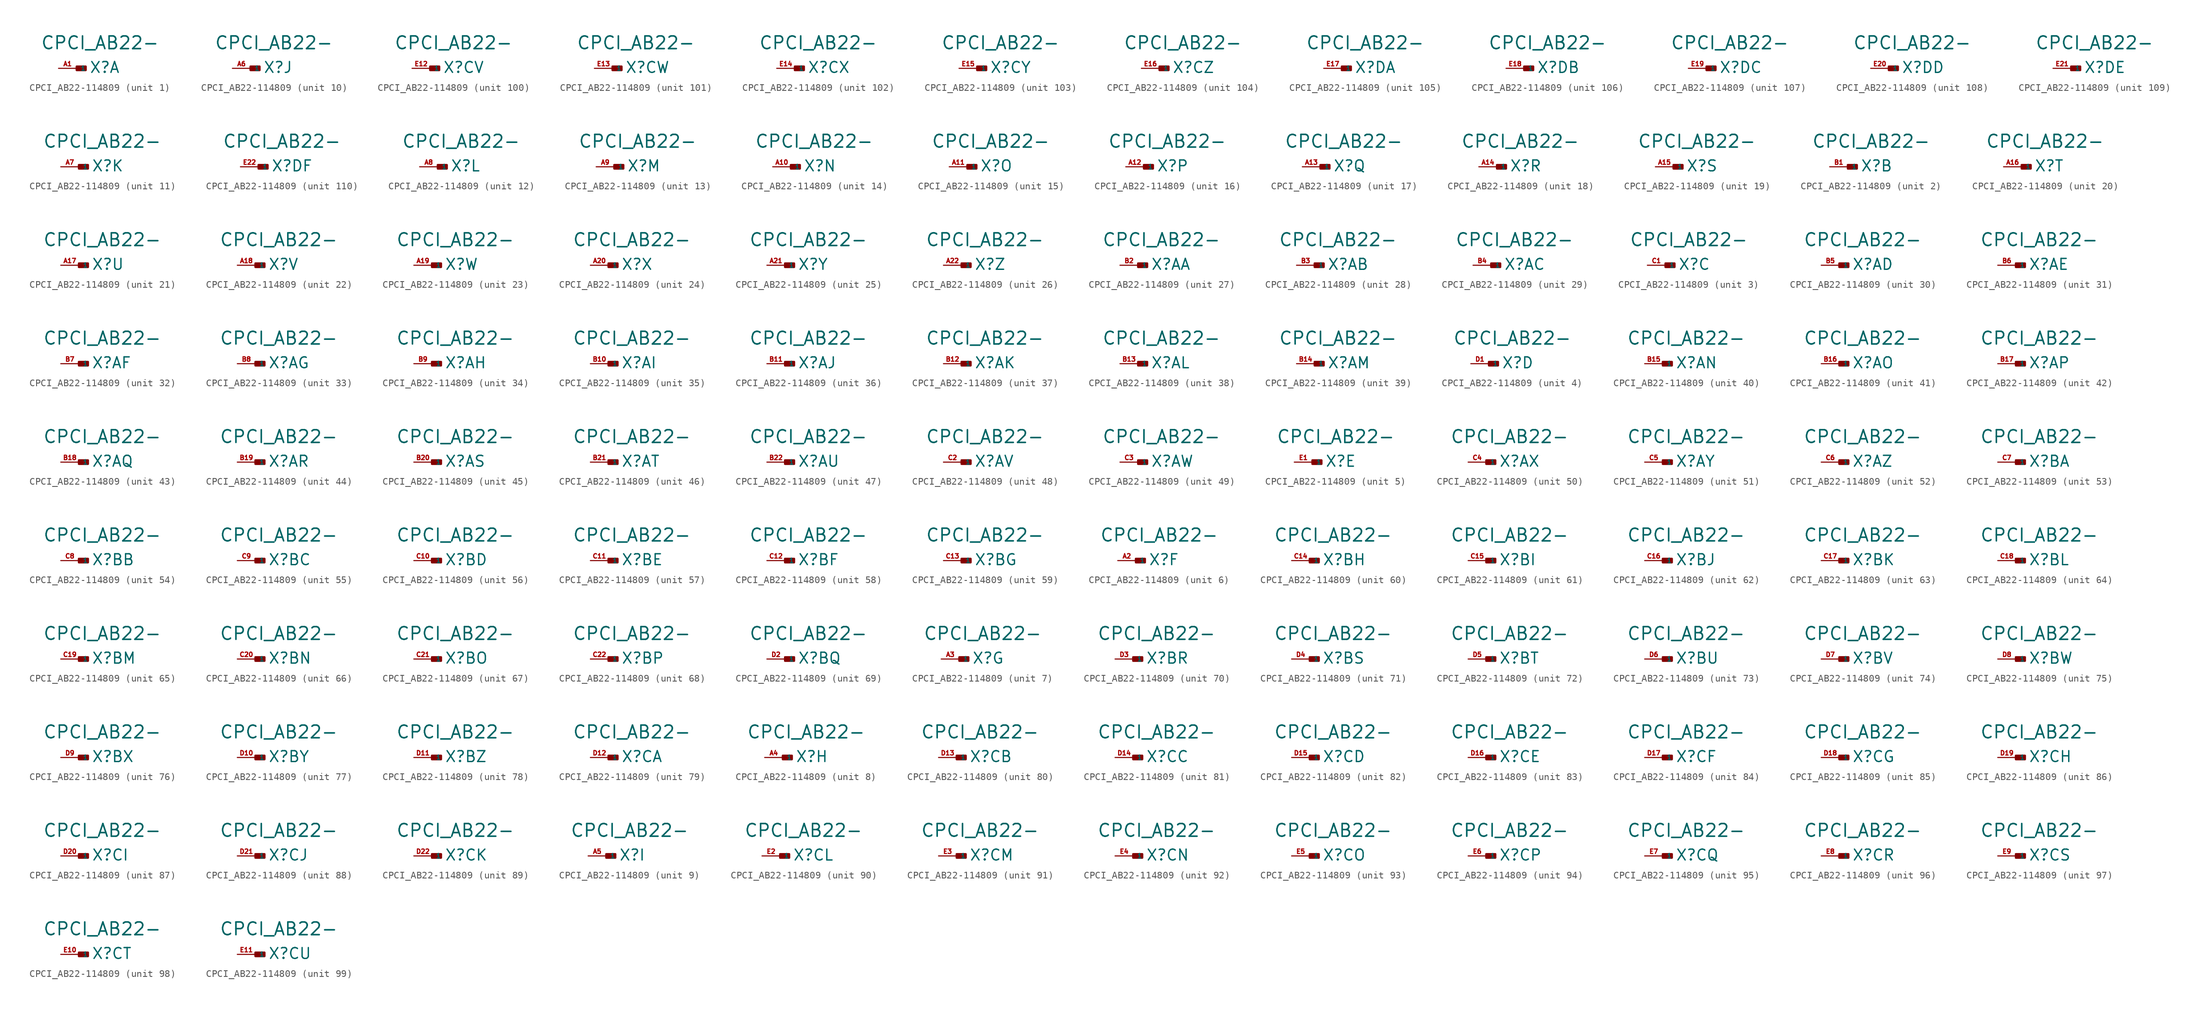
<source format=kicad_sym>
(kicad_symbol_lib
  (version 20220914)
  (generator Eagle2Kicad)
  (symbol "CPCI_AB22-114809"
    (property "Reference" "X"
      (at 1.778 -0.762 0)
      (effects (font (size 1.524 1.524) (thickness 0.19)) (justify left bottom)))
    (property "Value" "CPCI_AB22-"
      (at -5.08 2.54 0)
      (effects (font (size 1.778 1.778) (thickness 0.22)) (justify left bottom)))
    (symbol "CPCI_AB22-114809_1_0"
      (rectangle (start 0 -0.254) (end 1.27 0.254) (stroke (width 0.3) (type default)) (fill (type outline)))
      (pin input line (at -2.54 0 0) (length 2.54) (name "1" (effects (font (size 0.635 0.635) (thickness 0.08)) (justify left bottom))) (number "A1" (effects (font (size 0.635 0.635) (thickness 0.08)) (justify left bottom)))))
    (symbol "CPCI_AB22-114809_2_0"
      (rectangle (start 0 -0.254) (end 1.27 0.254) (stroke (width 0.3) (type default)) (fill (type outline)))
      (pin input line (at -2.54 0 0) (length 2.54) (name "1" (effects (font (size 0.635 0.635) (thickness 0.08)) (justify left bottom))) (number "B1" (effects (font (size 0.635 0.635) (thickness 0.08)) (justify left bottom)))))
    (symbol "CPCI_AB22-114809_3_0"
      (rectangle (start 0 -0.254) (end 1.27 0.254) (stroke (width 0.3) (type default)) (fill (type outline)))
      (pin input line (at -2.54 0 0) (length 2.54) (name "1" (effects (font (size 0.635 0.635) (thickness 0.08)) (justify left bottom))) (number "C1" (effects (font (size 0.635 0.635) (thickness 0.08)) (justify left bottom)))))
    (symbol "CPCI_AB22-114809_4_0"
      (rectangle (start 0 -0.254) (end 1.27 0.254) (stroke (width 0.3) (type default)) (fill (type outline)))
      (pin input line (at -2.54 0 0) (length 2.54) (name "1" (effects (font (size 0.635 0.635) (thickness 0.08)) (justify left bottom))) (number "D1" (effects (font (size 0.635 0.635) (thickness 0.08)) (justify left bottom)))))
    (symbol "CPCI_AB22-114809_5_0"
      (rectangle (start 0 -0.254) (end 1.27 0.254) (stroke (width 0.3) (type default)) (fill (type outline)))
      (pin input line (at -2.54 0 0) (length 2.54) (name "1" (effects (font (size 0.635 0.635) (thickness 0.08)) (justify left bottom))) (number "E1" (effects (font (size 0.635 0.635) (thickness 0.08)) (justify left bottom)))))
    (symbol "CPCI_AB22-114809_6_0"
      (rectangle (start 0 -0.254) (end 1.27 0.254) (stroke (width 0.3) (type default)) (fill (type outline)))
      (pin input line (at -2.54 0 0) (length 2.54) (name "1" (effects (font (size 0.635 0.635) (thickness 0.08)) (justify left bottom))) (number "A2" (effects (font (size 0.635 0.635) (thickness 0.08)) (justify left bottom)))))
    (symbol "CPCI_AB22-114809_7_0"
      (rectangle (start 0 -0.254) (end 1.27 0.254) (stroke (width 0.3) (type default)) (fill (type outline)))
      (pin input line (at -2.54 0 0) (length 2.54) (name "1" (effects (font (size 0.635 0.635) (thickness 0.08)) (justify left bottom))) (number "A3" (effects (font (size 0.635 0.635) (thickness 0.08)) (justify left bottom)))))
    (symbol "CPCI_AB22-114809_8_0"
      (rectangle (start 0 -0.254) (end 1.27 0.254) (stroke (width 0.3) (type default)) (fill (type outline)))
      (pin input line (at -2.54 0 0) (length 2.54) (name "1" (effects (font (size 0.635 0.635) (thickness 0.08)) (justify left bottom))) (number "A4" (effects (font (size 0.635 0.635) (thickness 0.08)) (justify left bottom)))))
    (symbol "CPCI_AB22-114809_9_0"
      (rectangle (start 0 -0.254) (end 1.27 0.254) (stroke (width 0.3) (type default)) (fill (type outline)))
      (pin input line (at -2.54 0 0) (length 2.54) (name "1" (effects (font (size 0.635 0.635) (thickness 0.08)) (justify left bottom))) (number "A5" (effects (font (size 0.635 0.635) (thickness 0.08)) (justify left bottom)))))
    (symbol "CPCI_AB22-114809_10_0"
      (rectangle (start 0 -0.254) (end 1.27 0.254) (stroke (width 0.3) (type default)) (fill (type outline)))
      (pin input line (at -2.54 0 0) (length 2.54) (name "1" (effects (font (size 0.635 0.635) (thickness 0.08)) (justify left bottom))) (number "A6" (effects (font (size 0.635 0.635) (thickness 0.08)) (justify left bottom)))))
    (symbol "CPCI_AB22-114809_11_0"
      (rectangle (start 0 -0.254) (end 1.27 0.254) (stroke (width 0.3) (type default)) (fill (type outline)))
      (pin input line (at -2.54 0 0) (length 2.54) (name "1" (effects (font (size 0.635 0.635) (thickness 0.08)) (justify left bottom))) (number "A7" (effects (font (size 0.635 0.635) (thickness 0.08)) (justify left bottom)))))
    (symbol "CPCI_AB22-114809_12_0"
      (rectangle (start 0 -0.254) (end 1.27 0.254) (stroke (width 0.3) (type default)) (fill (type outline)))
      (pin input line (at -2.54 0 0) (length 2.54) (name "1" (effects (font (size 0.635 0.635) (thickness 0.08)) (justify left bottom))) (number "A8" (effects (font (size 0.635 0.635) (thickness 0.08)) (justify left bottom)))))
    (symbol "CPCI_AB22-114809_13_0"
      (rectangle (start 0 -0.254) (end 1.27 0.254) (stroke (width 0.3) (type default)) (fill (type outline)))
      (pin input line (at -2.54 0 0) (length 2.54) (name "1" (effects (font (size 0.635 0.635) (thickness 0.08)) (justify left bottom))) (number "A9" (effects (font (size 0.635 0.635) (thickness 0.08)) (justify left bottom)))))
    (symbol "CPCI_AB22-114809_14_0"
      (rectangle (start 0 -0.254) (end 1.27 0.254) (stroke (width 0.3) (type default)) (fill (type outline)))
      (pin input line (at -2.54 0 0) (length 2.54) (name "1" (effects (font (size 0.635 0.635) (thickness 0.08)) (justify left bottom))) (number "A10" (effects (font (size 0.635 0.635) (thickness 0.08)) (justify left bottom)))))
    (symbol "CPCI_AB22-114809_15_0"
      (rectangle (start 0 -0.254) (end 1.27 0.254) (stroke (width 0.3) (type default)) (fill (type outline)))
      (pin input line (at -2.54 0 0) (length 2.54) (name "1" (effects (font (size 0.635 0.635) (thickness 0.08)) (justify left bottom))) (number "A11" (effects (font (size 0.635 0.635) (thickness 0.08)) (justify left bottom)))))
    (symbol "CPCI_AB22-114809_16_0"
      (rectangle (start 0 -0.254) (end 1.27 0.254) (stroke (width 0.3) (type default)) (fill (type outline)))
      (pin input line (at -2.54 0 0) (length 2.54) (name "1" (effects (font (size 0.635 0.635) (thickness 0.08)) (justify left bottom))) (number "A12" (effects (font (size 0.635 0.635) (thickness 0.08)) (justify left bottom)))))
    (symbol "CPCI_AB22-114809_17_0"
      (rectangle (start 0 -0.254) (end 1.27 0.254) (stroke (width 0.3) (type default)) (fill (type outline)))
      (pin input line (at -2.54 0 0) (length 2.54) (name "1" (effects (font (size 0.635 0.635) (thickness 0.08)) (justify left bottom))) (number "A13" (effects (font (size 0.635 0.635) (thickness 0.08)) (justify left bottom)))))
    (symbol "CPCI_AB22-114809_18_0"
      (rectangle (start 0 -0.254) (end 1.27 0.254) (stroke (width 0.3) (type default)) (fill (type outline)))
      (pin input line (at -2.54 0 0) (length 2.54) (name "1" (effects (font (size 0.635 0.635) (thickness 0.08)) (justify left bottom))) (number "A14" (effects (font (size 0.635 0.635) (thickness 0.08)) (justify left bottom)))))
    (symbol "CPCI_AB22-114809_19_0"
      (rectangle (start 0 -0.254) (end 1.27 0.254) (stroke (width 0.3) (type default)) (fill (type outline)))
      (pin input line (at -2.54 0 0) (length 2.54) (name "1" (effects (font (size 0.635 0.635) (thickness 0.08)) (justify left bottom))) (number "A15" (effects (font (size 0.635 0.635) (thickness 0.08)) (justify left bottom)))))
    (symbol "CPCI_AB22-114809_20_0"
      (rectangle (start 0 -0.254) (end 1.27 0.254) (stroke (width 0.3) (type default)) (fill (type outline)))
      (pin input line (at -2.54 0 0) (length 2.54) (name "1" (effects (font (size 0.635 0.635) (thickness 0.08)) (justify left bottom))) (number "A16" (effects (font (size 0.635 0.635) (thickness 0.08)) (justify left bottom)))))
    (symbol "CPCI_AB22-114809_21_0"
      (rectangle (start 0 -0.254) (end 1.27 0.254) (stroke (width 0.3) (type default)) (fill (type outline)))
      (pin input line (at -2.54 0 0) (length 2.54) (name "1" (effects (font (size 0.635 0.635) (thickness 0.08)) (justify left bottom))) (number "A17" (effects (font (size 0.635 0.635) (thickness 0.08)) (justify left bottom)))))
    (symbol "CPCI_AB22-114809_22_0"
      (rectangle (start 0 -0.254) (end 1.27 0.254) (stroke (width 0.3) (type default)) (fill (type outline)))
      (pin input line (at -2.54 0 0) (length 2.54) (name "1" (effects (font (size 0.635 0.635) (thickness 0.08)) (justify left bottom))) (number "A18" (effects (font (size 0.635 0.635) (thickness 0.08)) (justify left bottom)))))
    (symbol "CPCI_AB22-114809_23_0"
      (rectangle (start 0 -0.254) (end 1.27 0.254) (stroke (width 0.3) (type default)) (fill (type outline)))
      (pin input line (at -2.54 0 0) (length 2.54) (name "1" (effects (font (size 0.635 0.635) (thickness 0.08)) (justify left bottom))) (number "A19" (effects (font (size 0.635 0.635) (thickness 0.08)) (justify left bottom)))))
    (symbol "CPCI_AB22-114809_24_0"
      (rectangle (start 0 -0.254) (end 1.27 0.254) (stroke (width 0.3) (type default)) (fill (type outline)))
      (pin input line (at -2.54 0 0) (length 2.54) (name "1" (effects (font (size 0.635 0.635) (thickness 0.08)) (justify left bottom))) (number "A20" (effects (font (size 0.635 0.635) (thickness 0.08)) (justify left bottom)))))
    (symbol "CPCI_AB22-114809_25_0"
      (rectangle (start 0 -0.254) (end 1.27 0.254) (stroke (width 0.3) (type default)) (fill (type outline)))
      (pin input line (at -2.54 0 0) (length 2.54) (name "1" (effects (font (size 0.635 0.635) (thickness 0.08)) (justify left bottom))) (number "A21" (effects (font (size 0.635 0.635) (thickness 0.08)) (justify left bottom)))))
    (symbol "CPCI_AB22-114809_26_0"
      (rectangle (start 0 -0.254) (end 1.27 0.254) (stroke (width 0.3) (type default)) (fill (type outline)))
      (pin input line (at -2.54 0 0) (length 2.54) (name "1" (effects (font (size 0.635 0.635) (thickness 0.08)) (justify left bottom))) (number "A22" (effects (font (size 0.635 0.635) (thickness 0.08)) (justify left bottom)))))
    (symbol "CPCI_AB22-114809_27_0"
      (rectangle (start 0 -0.254) (end 1.27 0.254) (stroke (width 0.3) (type default)) (fill (type outline)))
      (pin input line (at -2.54 0 0) (length 2.54) (name "1" (effects (font (size 0.635 0.635) (thickness 0.08)) (justify left bottom))) (number "B2" (effects (font (size 0.635 0.635) (thickness 0.08)) (justify left bottom)))))
    (symbol "CPCI_AB22-114809_28_0"
      (rectangle (start 0 -0.254) (end 1.27 0.254) (stroke (width 0.3) (type default)) (fill (type outline)))
      (pin input line (at -2.54 0 0) (length 2.54) (name "1" (effects (font (size 0.635 0.635) (thickness 0.08)) (justify left bottom))) (number "B3" (effects (font (size 0.635 0.635) (thickness 0.08)) (justify left bottom)))))
    (symbol "CPCI_AB22-114809_29_0"
      (rectangle (start 0 -0.254) (end 1.27 0.254) (stroke (width 0.3) (type default)) (fill (type outline)))
      (pin input line (at -2.54 0 0) (length 2.54) (name "1" (effects (font (size 0.635 0.635) (thickness 0.08)) (justify left bottom))) (number "B4" (effects (font (size 0.635 0.635) (thickness 0.08)) (justify left bottom)))))
    (symbol "CPCI_AB22-114809_30_0"
      (rectangle (start 0 -0.254) (end 1.27 0.254) (stroke (width 0.3) (type default)) (fill (type outline)))
      (pin input line (at -2.54 0 0) (length 2.54) (name "1" (effects (font (size 0.635 0.635) (thickness 0.08)) (justify left bottom))) (number "B5" (effects (font (size 0.635 0.635) (thickness 0.08)) (justify left bottom)))))
    (symbol "CPCI_AB22-114809_31_0"
      (rectangle (start 0 -0.254) (end 1.27 0.254) (stroke (width 0.3) (type default)) (fill (type outline)))
      (pin input line (at -2.54 0 0) (length 2.54) (name "1" (effects (font (size 0.635 0.635) (thickness 0.08)) (justify left bottom))) (number "B6" (effects (font (size 0.635 0.635) (thickness 0.08)) (justify left bottom)))))
    (symbol "CPCI_AB22-114809_32_0"
      (rectangle (start 0 -0.254) (end 1.27 0.254) (stroke (width 0.3) (type default)) (fill (type outline)))
      (pin input line (at -2.54 0 0) (length 2.54) (name "1" (effects (font (size 0.635 0.635) (thickness 0.08)) (justify left bottom))) (number "B7" (effects (font (size 0.635 0.635) (thickness 0.08)) (justify left bottom)))))
    (symbol "CPCI_AB22-114809_33_0"
      (rectangle (start 0 -0.254) (end 1.27 0.254) (stroke (width 0.3) (type default)) (fill (type outline)))
      (pin input line (at -2.54 0 0) (length 2.54) (name "1" (effects (font (size 0.635 0.635) (thickness 0.08)) (justify left bottom))) (number "B8" (effects (font (size 0.635 0.635) (thickness 0.08)) (justify left bottom)))))
    (symbol "CPCI_AB22-114809_34_0"
      (rectangle (start 0 -0.254) (end 1.27 0.254) (stroke (width 0.3) (type default)) (fill (type outline)))
      (pin input line (at -2.54 0 0) (length 2.54) (name "1" (effects (font (size 0.635 0.635) (thickness 0.08)) (justify left bottom))) (number "B9" (effects (font (size 0.635 0.635) (thickness 0.08)) (justify left bottom)))))
    (symbol "CPCI_AB22-114809_35_0"
      (rectangle (start 0 -0.254) (end 1.27 0.254) (stroke (width 0.3) (type default)) (fill (type outline)))
      (pin input line (at -2.54 0 0) (length 2.54) (name "1" (effects (font (size 0.635 0.635) (thickness 0.08)) (justify left bottom))) (number "B10" (effects (font (size 0.635 0.635) (thickness 0.08)) (justify left bottom)))))
    (symbol "CPCI_AB22-114809_36_0"
      (rectangle (start 0 -0.254) (end 1.27 0.254) (stroke (width 0.3) (type default)) (fill (type outline)))
      (pin input line (at -2.54 0 0) (length 2.54) (name "1" (effects (font (size 0.635 0.635) (thickness 0.08)) (justify left bottom))) (number "B11" (effects (font (size 0.635 0.635) (thickness 0.08)) (justify left bottom)))))
    (symbol "CPCI_AB22-114809_37_0"
      (rectangle (start 0 -0.254) (end 1.27 0.254) (stroke (width 0.3) (type default)) (fill (type outline)))
      (pin input line (at -2.54 0 0) (length 2.54) (name "1" (effects (font (size 0.635 0.635) (thickness 0.08)) (justify left bottom))) (number "B12" (effects (font (size 0.635 0.635) (thickness 0.08)) (justify left bottom)))))
    (symbol "CPCI_AB22-114809_38_0"
      (rectangle (start 0 -0.254) (end 1.27 0.254) (stroke (width 0.3) (type default)) (fill (type outline)))
      (pin input line (at -2.54 0 0) (length 2.54) (name "1" (effects (font (size 0.635 0.635) (thickness 0.08)) (justify left bottom))) (number "B13" (effects (font (size 0.635 0.635) (thickness 0.08)) (justify left bottom)))))
    (symbol "CPCI_AB22-114809_39_0"
      (rectangle (start 0 -0.254) (end 1.27 0.254) (stroke (width 0.3) (type default)) (fill (type outline)))
      (pin input line (at -2.54 0 0) (length 2.54) (name "1" (effects (font (size 0.635 0.635) (thickness 0.08)) (justify left bottom))) (number "B14" (effects (font (size 0.635 0.635) (thickness 0.08)) (justify left bottom)))))
    (symbol "CPCI_AB22-114809_40_0"
      (rectangle (start 0 -0.254) (end 1.27 0.254) (stroke (width 0.3) (type default)) (fill (type outline)))
      (pin input line (at -2.54 0 0) (length 2.54) (name "1" (effects (font (size 0.635 0.635) (thickness 0.08)) (justify left bottom))) (number "B15" (effects (font (size 0.635 0.635) (thickness 0.08)) (justify left bottom)))))
    (symbol "CPCI_AB22-114809_41_0"
      (rectangle (start 0 -0.254) (end 1.27 0.254) (stroke (width 0.3) (type default)) (fill (type outline)))
      (pin input line (at -2.54 0 0) (length 2.54) (name "1" (effects (font (size 0.635 0.635) (thickness 0.08)) (justify left bottom))) (number "B16" (effects (font (size 0.635 0.635) (thickness 0.08)) (justify left bottom)))))
    (symbol "CPCI_AB22-114809_42_0"
      (rectangle (start 0 -0.254) (end 1.27 0.254) (stroke (width 0.3) (type default)) (fill (type outline)))
      (pin input line (at -2.54 0 0) (length 2.54) (name "1" (effects (font (size 0.635 0.635) (thickness 0.08)) (justify left bottom))) (number "B17" (effects (font (size 0.635 0.635) (thickness 0.08)) (justify left bottom)))))
    (symbol "CPCI_AB22-114809_43_0"
      (rectangle (start 0 -0.254) (end 1.27 0.254) (stroke (width 0.3) (type default)) (fill (type outline)))
      (pin input line (at -2.54 0 0) (length 2.54) (name "1" (effects (font (size 0.635 0.635) (thickness 0.08)) (justify left bottom))) (number "B18" (effects (font (size 0.635 0.635) (thickness 0.08)) (justify left bottom)))))
    (symbol "CPCI_AB22-114809_44_0"
      (rectangle (start 0 -0.254) (end 1.27 0.254) (stroke (width 0.3) (type default)) (fill (type outline)))
      (pin input line (at -2.54 0 0) (length 2.54) (name "1" (effects (font (size 0.635 0.635) (thickness 0.08)) (justify left bottom))) (number "B19" (effects (font (size 0.635 0.635) (thickness 0.08)) (justify left bottom)))))
    (symbol "CPCI_AB22-114809_45_0"
      (rectangle (start 0 -0.254) (end 1.27 0.254) (stroke (width 0.3) (type default)) (fill (type outline)))
      (pin input line (at -2.54 0 0) (length 2.54) (name "1" (effects (font (size 0.635 0.635) (thickness 0.08)) (justify left bottom))) (number "B20" (effects (font (size 0.635 0.635) (thickness 0.08)) (justify left bottom)))))
    (symbol "CPCI_AB22-114809_46_0"
      (rectangle (start 0 -0.254) (end 1.27 0.254) (stroke (width 0.3) (type default)) (fill (type outline)))
      (pin input line (at -2.54 0 0) (length 2.54) (name "1" (effects (font (size 0.635 0.635) (thickness 0.08)) (justify left bottom))) (number "B21" (effects (font (size 0.635 0.635) (thickness 0.08)) (justify left bottom)))))
    (symbol "CPCI_AB22-114809_47_0"
      (rectangle (start 0 -0.254) (end 1.27 0.254) (stroke (width 0.3) (type default)) (fill (type outline)))
      (pin input line (at -2.54 0 0) (length 2.54) (name "1" (effects (font (size 0.635 0.635) (thickness 0.08)) (justify left bottom))) (number "B22" (effects (font (size 0.635 0.635) (thickness 0.08)) (justify left bottom)))))
    (symbol "CPCI_AB22-114809_48_0"
      (rectangle (start 0 -0.254) (end 1.27 0.254) (stroke (width 0.3) (type default)) (fill (type outline)))
      (pin input line (at -2.54 0 0) (length 2.54) (name "1" (effects (font (size 0.635 0.635) (thickness 0.08)) (justify left bottom))) (number "C2" (effects (font (size 0.635 0.635) (thickness 0.08)) (justify left bottom)))))
    (symbol "CPCI_AB22-114809_49_0"
      (rectangle (start 0 -0.254) (end 1.27 0.254) (stroke (width 0.3) (type default)) (fill (type outline)))
      (pin input line (at -2.54 0 0) (length 2.54) (name "1" (effects (font (size 0.635 0.635) (thickness 0.08)) (justify left bottom))) (number "C3" (effects (font (size 0.635 0.635) (thickness 0.08)) (justify left bottom)))))
    (symbol "CPCI_AB22-114809_50_0"
      (rectangle (start 0 -0.254) (end 1.27 0.254) (stroke (width 0.3) (type default)) (fill (type outline)))
      (pin input line (at -2.54 0 0) (length 2.54) (name "1" (effects (font (size 0.635 0.635) (thickness 0.08)) (justify left bottom))) (number "C4" (effects (font (size 0.635 0.635) (thickness 0.08)) (justify left bottom)))))
    (symbol "CPCI_AB22-114809_51_0"
      (rectangle (start 0 -0.254) (end 1.27 0.254) (stroke (width 0.3) (type default)) (fill (type outline)))
      (pin input line (at -2.54 0 0) (length 2.54) (name "1" (effects (font (size 0.635 0.635) (thickness 0.08)) (justify left bottom))) (number "C5" (effects (font (size 0.635 0.635) (thickness 0.08)) (justify left bottom)))))
    (symbol "CPCI_AB22-114809_52_0"
      (rectangle (start 0 -0.254) (end 1.27 0.254) (stroke (width 0.3) (type default)) (fill (type outline)))
      (pin input line (at -2.54 0 0) (length 2.54) (name "1" (effects (font (size 0.635 0.635) (thickness 0.08)) (justify left bottom))) (number "C6" (effects (font (size 0.635 0.635) (thickness 0.08)) (justify left bottom)))))
    (symbol "CPCI_AB22-114809_53_0"
      (rectangle (start 0 -0.254) (end 1.27 0.254) (stroke (width 0.3) (type default)) (fill (type outline)))
      (pin input line (at -2.54 0 0) (length 2.54) (name "1" (effects (font (size 0.635 0.635) (thickness 0.08)) (justify left bottom))) (number "C7" (effects (font (size 0.635 0.635) (thickness 0.08)) (justify left bottom)))))
    (symbol "CPCI_AB22-114809_54_0"
      (rectangle (start 0 -0.254) (end 1.27 0.254) (stroke (width 0.3) (type default)) (fill (type outline)))
      (pin input line (at -2.54 0 0) (length 2.54) (name "1" (effects (font (size 0.635 0.635) (thickness 0.08)) (justify left bottom))) (number "C8" (effects (font (size 0.635 0.635) (thickness 0.08)) (justify left bottom)))))
    (symbol "CPCI_AB22-114809_55_0"
      (rectangle (start 0 -0.254) (end 1.27 0.254) (stroke (width 0.3) (type default)) (fill (type outline)))
      (pin input line (at -2.54 0 0) (length 2.54) (name "1" (effects (font (size 0.635 0.635) (thickness 0.08)) (justify left bottom))) (number "C9" (effects (font (size 0.635 0.635) (thickness 0.08)) (justify left bottom)))))
    (symbol "CPCI_AB22-114809_56_0"
      (rectangle (start 0 -0.254) (end 1.27 0.254) (stroke (width 0.3) (type default)) (fill (type outline)))
      (pin input line (at -2.54 0 0) (length 2.54) (name "1" (effects (font (size 0.635 0.635) (thickness 0.08)) (justify left bottom))) (number "C10" (effects (font (size 0.635 0.635) (thickness 0.08)) (justify left bottom)))))
    (symbol "CPCI_AB22-114809_57_0"
      (rectangle (start 0 -0.254) (end 1.27 0.254) (stroke (width 0.3) (type default)) (fill (type outline)))
      (pin input line (at -2.54 0 0) (length 2.54) (name "1" (effects (font (size 0.635 0.635) (thickness 0.08)) (justify left bottom))) (number "C11" (effects (font (size 0.635 0.635) (thickness 0.08)) (justify left bottom)))))
    (symbol "CPCI_AB22-114809_58_0"
      (rectangle (start 0 -0.254) (end 1.27 0.254) (stroke (width 0.3) (type default)) (fill (type outline)))
      (pin input line (at -2.54 0 0) (length 2.54) (name "1" (effects (font (size 0.635 0.635) (thickness 0.08)) (justify left bottom))) (number "C12" (effects (font (size 0.635 0.635) (thickness 0.08)) (justify left bottom)))))
    (symbol "CPCI_AB22-114809_59_0"
      (rectangle (start 0 -0.254) (end 1.27 0.254) (stroke (width 0.3) (type default)) (fill (type outline)))
      (pin input line (at -2.54 0 0) (length 2.54) (name "1" (effects (font (size 0.635 0.635) (thickness 0.08)) (justify left bottom))) (number "C13" (effects (font (size 0.635 0.635) (thickness 0.08)) (justify left bottom)))))
    (symbol "CPCI_AB22-114809_60_0"
      (rectangle (start 0 -0.254) (end 1.27 0.254) (stroke (width 0.3) (type default)) (fill (type outline)))
      (pin input line (at -2.54 0 0) (length 2.54) (name "1" (effects (font (size 0.635 0.635) (thickness 0.08)) (justify left bottom))) (number "C14" (effects (font (size 0.635 0.635) (thickness 0.08)) (justify left bottom)))))
    (symbol "CPCI_AB22-114809_61_0"
      (rectangle (start 0 -0.254) (end 1.27 0.254) (stroke (width 0.3) (type default)) (fill (type outline)))
      (pin input line (at -2.54 0 0) (length 2.54) (name "1" (effects (font (size 0.635 0.635) (thickness 0.08)) (justify left bottom))) (number "C15" (effects (font (size 0.635 0.635) (thickness 0.08)) (justify left bottom)))))
    (symbol "CPCI_AB22-114809_62_0"
      (rectangle (start 0 -0.254) (end 1.27 0.254) (stroke (width 0.3) (type default)) (fill (type outline)))
      (pin input line (at -2.54 0 0) (length 2.54) (name "1" (effects (font (size 0.635 0.635) (thickness 0.08)) (justify left bottom))) (number "C16" (effects (font (size 0.635 0.635) (thickness 0.08)) (justify left bottom)))))
    (symbol "CPCI_AB22-114809_63_0"
      (rectangle (start 0 -0.254) (end 1.27 0.254) (stroke (width 0.3) (type default)) (fill (type outline)))
      (pin input line (at -2.54 0 0) (length 2.54) (name "1" (effects (font (size 0.635 0.635) (thickness 0.08)) (justify left bottom))) (number "C17" (effects (font (size 0.635 0.635) (thickness 0.08)) (justify left bottom)))))
    (symbol "CPCI_AB22-114809_64_0"
      (rectangle (start 0 -0.254) (end 1.27 0.254) (stroke (width 0.3) (type default)) (fill (type outline)))
      (pin input line (at -2.54 0 0) (length 2.54) (name "1" (effects (font (size 0.635 0.635) (thickness 0.08)) (justify left bottom))) (number "C18" (effects (font (size 0.635 0.635) (thickness 0.08)) (justify left bottom)))))
    (symbol "CPCI_AB22-114809_65_0"
      (rectangle (start 0 -0.254) (end 1.27 0.254) (stroke (width 0.3) (type default)) (fill (type outline)))
      (pin input line (at -2.54 0 0) (length 2.54) (name "1" (effects (font (size 0.635 0.635) (thickness 0.08)) (justify left bottom))) (number "C19" (effects (font (size 0.635 0.635) (thickness 0.08)) (justify left bottom)))))
    (symbol "CPCI_AB22-114809_66_0"
      (rectangle (start 0 -0.254) (end 1.27 0.254) (stroke (width 0.3) (type default)) (fill (type outline)))
      (pin input line (at -2.54 0 0) (length 2.54) (name "1" (effects (font (size 0.635 0.635) (thickness 0.08)) (justify left bottom))) (number "C20" (effects (font (size 0.635 0.635) (thickness 0.08)) (justify left bottom)))))
    (symbol "CPCI_AB22-114809_67_0"
      (rectangle (start 0 -0.254) (end 1.27 0.254) (stroke (width 0.3) (type default)) (fill (type outline)))
      (pin input line (at -2.54 0 0) (length 2.54) (name "1" (effects (font (size 0.635 0.635) (thickness 0.08)) (justify left bottom))) (number "C21" (effects (font (size 0.635 0.635) (thickness 0.08)) (justify left bottom)))))
    (symbol "CPCI_AB22-114809_68_0"
      (rectangle (start 0 -0.254) (end 1.27 0.254) (stroke (width 0.3) (type default)) (fill (type outline)))
      (pin input line (at -2.54 0 0) (length 2.54) (name "1" (effects (font (size 0.635 0.635) (thickness 0.08)) (justify left bottom))) (number "C22" (effects (font (size 0.635 0.635) (thickness 0.08)) (justify left bottom)))))
    (symbol "CPCI_AB22-114809_69_0"
      (rectangle (start 0 -0.254) (end 1.27 0.254) (stroke (width 0.3) (type default)) (fill (type outline)))
      (pin input line (at -2.54 0 0) (length 2.54) (name "1" (effects (font (size 0.635 0.635) (thickness 0.08)) (justify left bottom))) (number "D2" (effects (font (size 0.635 0.635) (thickness 0.08)) (justify left bottom)))))
    (symbol "CPCI_AB22-114809_70_0"
      (rectangle (start 0 -0.254) (end 1.27 0.254) (stroke (width 0.3) (type default)) (fill (type outline)))
      (pin input line (at -2.54 0 0) (length 2.54) (name "1" (effects (font (size 0.635 0.635) (thickness 0.08)) (justify left bottom))) (number "D3" (effects (font (size 0.635 0.635) (thickness 0.08)) (justify left bottom)))))
    (symbol "CPCI_AB22-114809_71_0"
      (rectangle (start 0 -0.254) (end 1.27 0.254) (stroke (width 0.3) (type default)) (fill (type outline)))
      (pin input line (at -2.54 0 0) (length 2.54) (name "1" (effects (font (size 0.635 0.635) (thickness 0.08)) (justify left bottom))) (number "D4" (effects (font (size 0.635 0.635) (thickness 0.08)) (justify left bottom)))))
    (symbol "CPCI_AB22-114809_72_0"
      (rectangle (start 0 -0.254) (end 1.27 0.254) (stroke (width 0.3) (type default)) (fill (type outline)))
      (pin input line (at -2.54 0 0) (length 2.54) (name "1" (effects (font (size 0.635 0.635) (thickness 0.08)) (justify left bottom))) (number "D5" (effects (font (size 0.635 0.635) (thickness 0.08)) (justify left bottom)))))
    (symbol "CPCI_AB22-114809_73_0"
      (rectangle (start 0 -0.254) (end 1.27 0.254) (stroke (width 0.3) (type default)) (fill (type outline)))
      (pin input line (at -2.54 0 0) (length 2.54) (name "1" (effects (font (size 0.635 0.635) (thickness 0.08)) (justify left bottom))) (number "D6" (effects (font (size 0.635 0.635) (thickness 0.08)) (justify left bottom)))))
    (symbol "CPCI_AB22-114809_74_0"
      (rectangle (start 0 -0.254) (end 1.27 0.254) (stroke (width 0.3) (type default)) (fill (type outline)))
      (pin input line (at -2.54 0 0) (length 2.54) (name "1" (effects (font (size 0.635 0.635) (thickness 0.08)) (justify left bottom))) (number "D7" (effects (font (size 0.635 0.635) (thickness 0.08)) (justify left bottom)))))
    (symbol "CPCI_AB22-114809_75_0"
      (rectangle (start 0 -0.254) (end 1.27 0.254) (stroke (width 0.3) (type default)) (fill (type outline)))
      (pin input line (at -2.54 0 0) (length 2.54) (name "1" (effects (font (size 0.635 0.635) (thickness 0.08)) (justify left bottom))) (number "D8" (effects (font (size 0.635 0.635) (thickness 0.08)) (justify left bottom)))))
    (symbol "CPCI_AB22-114809_76_0"
      (rectangle (start 0 -0.254) (end 1.27 0.254) (stroke (width 0.3) (type default)) (fill (type outline)))
      (pin input line (at -2.54 0 0) (length 2.54) (name "1" (effects (font (size 0.635 0.635) (thickness 0.08)) (justify left bottom))) (number "D9" (effects (font (size 0.635 0.635) (thickness 0.08)) (justify left bottom)))))
    (symbol "CPCI_AB22-114809_77_0"
      (rectangle (start 0 -0.254) (end 1.27 0.254) (stroke (width 0.3) (type default)) (fill (type outline)))
      (pin input line (at -2.54 0 0) (length 2.54) (name "1" (effects (font (size 0.635 0.635) (thickness 0.08)) (justify left bottom))) (number "D10" (effects (font (size 0.635 0.635) (thickness 0.08)) (justify left bottom)))))
    (symbol "CPCI_AB22-114809_78_0"
      (rectangle (start 0 -0.254) (end 1.27 0.254) (stroke (width 0.3) (type default)) (fill (type outline)))
      (pin input line (at -2.54 0 0) (length 2.54) (name "1" (effects (font (size 0.635 0.635) (thickness 0.08)) (justify left bottom))) (number "D11" (effects (font (size 0.635 0.635) (thickness 0.08)) (justify left bottom)))))
    (symbol "CPCI_AB22-114809_79_0"
      (rectangle (start 0 -0.254) (end 1.27 0.254) (stroke (width 0.3) (type default)) (fill (type outline)))
      (pin input line (at -2.54 0 0) (length 2.54) (name "1" (effects (font (size 0.635 0.635) (thickness 0.08)) (justify left bottom))) (number "D12" (effects (font (size 0.635 0.635) (thickness 0.08)) (justify left bottom)))))
    (symbol "CPCI_AB22-114809_80_0"
      (rectangle (start 0 -0.254) (end 1.27 0.254) (stroke (width 0.3) (type default)) (fill (type outline)))
      (pin input line (at -2.54 0 0) (length 2.54) (name "1" (effects (font (size 0.635 0.635) (thickness 0.08)) (justify left bottom))) (number "D13" (effects (font (size 0.635 0.635) (thickness 0.08)) (justify left bottom)))))
    (symbol "CPCI_AB22-114809_81_0"
      (rectangle (start 0 -0.254) (end 1.27 0.254) (stroke (width 0.3) (type default)) (fill (type outline)))
      (pin input line (at -2.54 0 0) (length 2.54) (name "1" (effects (font (size 0.635 0.635) (thickness 0.08)) (justify left bottom))) (number "D14" (effects (font (size 0.635 0.635) (thickness 0.08)) (justify left bottom)))))
    (symbol "CPCI_AB22-114809_82_0"
      (rectangle (start 0 -0.254) (end 1.27 0.254) (stroke (width 0.3) (type default)) (fill (type outline)))
      (pin input line (at -2.54 0 0) (length 2.54) (name "1" (effects (font (size 0.635 0.635) (thickness 0.08)) (justify left bottom))) (number "D15" (effects (font (size 0.635 0.635) (thickness 0.08)) (justify left bottom)))))
    (symbol "CPCI_AB22-114809_83_0"
      (rectangle (start 0 -0.254) (end 1.27 0.254) (stroke (width 0.3) (type default)) (fill (type outline)))
      (pin input line (at -2.54 0 0) (length 2.54) (name "1" (effects (font (size 0.635 0.635) (thickness 0.08)) (justify left bottom))) (number "D16" (effects (font (size 0.635 0.635) (thickness 0.08)) (justify left bottom)))))
    (symbol "CPCI_AB22-114809_84_0"
      (rectangle (start 0 -0.254) (end 1.27 0.254) (stroke (width 0.3) (type default)) (fill (type outline)))
      (pin input line (at -2.54 0 0) (length 2.54) (name "1" (effects (font (size 0.635 0.635) (thickness 0.08)) (justify left bottom))) (number "D17" (effects (font (size 0.635 0.635) (thickness 0.08)) (justify left bottom)))))
    (symbol "CPCI_AB22-114809_85_0"
      (rectangle (start 0 -0.254) (end 1.27 0.254) (stroke (width 0.3) (type default)) (fill (type outline)))
      (pin input line (at -2.54 0 0) (length 2.54) (name "1" (effects (font (size 0.635 0.635) (thickness 0.08)) (justify left bottom))) (number "D18" (effects (font (size 0.635 0.635) (thickness 0.08)) (justify left bottom)))))
    (symbol "CPCI_AB22-114809_86_0"
      (rectangle (start 0 -0.254) (end 1.27 0.254) (stroke (width 0.3) (type default)) (fill (type outline)))
      (pin input line (at -2.54 0 0) (length 2.54) (name "1" (effects (font (size 0.635 0.635) (thickness 0.08)) (justify left bottom))) (number "D19" (effects (font (size 0.635 0.635) (thickness 0.08)) (justify left bottom)))))
    (symbol "CPCI_AB22-114809_87_0"
      (rectangle (start 0 -0.254) (end 1.27 0.254) (stroke (width 0.3) (type default)) (fill (type outline)))
      (pin input line (at -2.54 0 0) (length 2.54) (name "1" (effects (font (size 0.635 0.635) (thickness 0.08)) (justify left bottom))) (number "D20" (effects (font (size 0.635 0.635) (thickness 0.08)) (justify left bottom)))))
    (symbol "CPCI_AB22-114809_88_0"
      (rectangle (start 0 -0.254) (end 1.27 0.254) (stroke (width 0.3) (type default)) (fill (type outline)))
      (pin input line (at -2.54 0 0) (length 2.54) (name "1" (effects (font (size 0.635 0.635) (thickness 0.08)) (justify left bottom))) (number "D21" (effects (font (size 0.635 0.635) (thickness 0.08)) (justify left bottom)))))
    (symbol "CPCI_AB22-114809_89_0"
      (rectangle (start 0 -0.254) (end 1.27 0.254) (stroke (width 0.3) (type default)) (fill (type outline)))
      (pin input line (at -2.54 0 0) (length 2.54) (name "1" (effects (font (size 0.635 0.635) (thickness 0.08)) (justify left bottom))) (number "D22" (effects (font (size 0.635 0.635) (thickness 0.08)) (justify left bottom)))))
    (symbol "CPCI_AB22-114809_90_0"
      (rectangle (start 0 -0.254) (end 1.27 0.254) (stroke (width 0.3) (type default)) (fill (type outline)))
      (pin input line (at -2.54 0 0) (length 2.54) (name "1" (effects (font (size 0.635 0.635) (thickness 0.08)) (justify left bottom))) (number "E2" (effects (font (size 0.635 0.635) (thickness 0.08)) (justify left bottom)))))
    (symbol "CPCI_AB22-114809_91_0"
      (rectangle (start 0 -0.254) (end 1.27 0.254) (stroke (width 0.3) (type default)) (fill (type outline)))
      (pin input line (at -2.54 0 0) (length 2.54) (name "1" (effects (font (size 0.635 0.635) (thickness 0.08)) (justify left bottom))) (number "E3" (effects (font (size 0.635 0.635) (thickness 0.08)) (justify left bottom)))))
    (symbol "CPCI_AB22-114809_92_0"
      (rectangle (start 0 -0.254) (end 1.27 0.254) (stroke (width 0.3) (type default)) (fill (type outline)))
      (pin input line (at -2.54 0 0) (length 2.54) (name "1" (effects (font (size 0.635 0.635) (thickness 0.08)) (justify left bottom))) (number "E4" (effects (font (size 0.635 0.635) (thickness 0.08)) (justify left bottom)))))
    (symbol "CPCI_AB22-114809_93_0"
      (rectangle (start 0 -0.254) (end 1.27 0.254) (stroke (width 0.3) (type default)) (fill (type outline)))
      (pin input line (at -2.54 0 0) (length 2.54) (name "1" (effects (font (size 0.635 0.635) (thickness 0.08)) (justify left bottom))) (number "E5" (effects (font (size 0.635 0.635) (thickness 0.08)) (justify left bottom)))))
    (symbol "CPCI_AB22-114809_94_0"
      (rectangle (start 0 -0.254) (end 1.27 0.254) (stroke (width 0.3) (type default)) (fill (type outline)))
      (pin input line (at -2.54 0 0) (length 2.54) (name "1" (effects (font (size 0.635 0.635) (thickness 0.08)) (justify left bottom))) (number "E6" (effects (font (size 0.635 0.635) (thickness 0.08)) (justify left bottom)))))
    (symbol "CPCI_AB22-114809_95_0"
      (rectangle (start 0 -0.254) (end 1.27 0.254) (stroke (width 0.3) (type default)) (fill (type outline)))
      (pin input line (at -2.54 0 0) (length 2.54) (name "1" (effects (font (size 0.635 0.635) (thickness 0.08)) (justify left bottom))) (number "E7" (effects (font (size 0.635 0.635) (thickness 0.08)) (justify left bottom)))))
    (symbol "CPCI_AB22-114809_96_0"
      (rectangle (start 0 -0.254) (end 1.27 0.254) (stroke (width 0.3) (type default)) (fill (type outline)))
      (pin input line (at -2.54 0 0) (length 2.54) (name "1" (effects (font (size 0.635 0.635) (thickness 0.08)) (justify left bottom))) (number "E8" (effects (font (size 0.635 0.635) (thickness 0.08)) (justify left bottom)))))
    (symbol "CPCI_AB22-114809_97_0"
      (rectangle (start 0 -0.254) (end 1.27 0.254) (stroke (width 0.3) (type default)) (fill (type outline)))
      (pin input line (at -2.54 0 0) (length 2.54) (name "1" (effects (font (size 0.635 0.635) (thickness 0.08)) (justify left bottom))) (number "E9" (effects (font (size 0.635 0.635) (thickness 0.08)) (justify left bottom)))))
    (symbol "CPCI_AB22-114809_98_0"
      (rectangle (start 0 -0.254) (end 1.27 0.254) (stroke (width 0.3) (type default)) (fill (type outline)))
      (pin input line (at -2.54 0 0) (length 2.54) (name "1" (effects (font (size 0.635 0.635) (thickness 0.08)) (justify left bottom))) (number "E10" (effects (font (size 0.635 0.635) (thickness 0.08)) (justify left bottom)))))
    (symbol "CPCI_AB22-114809_99_0"
      (rectangle (start 0 -0.254) (end 1.27 0.254) (stroke (width 0.3) (type default)) (fill (type outline)))
      (pin input line (at -2.54 0 0) (length 2.54) (name "1" (effects (font (size 0.635 0.635) (thickness 0.08)) (justify left bottom))) (number "E11" (effects (font (size 0.635 0.635) (thickness 0.08)) (justify left bottom)))))
    (symbol "CPCI_AB22-114809_100_0"
      (rectangle (start 0 -0.254) (end 1.27 0.254) (stroke (width 0.3) (type default)) (fill (type outline)))
      (pin input line (at -2.54 0 0) (length 2.54) (name "1" (effects (font (size 0.635 0.635) (thickness 0.08)) (justify left bottom))) (number "E12" (effects (font (size 0.635 0.635) (thickness 0.08)) (justify left bottom)))))
    (symbol "CPCI_AB22-114809_101_0"
      (rectangle (start 0 -0.254) (end 1.27 0.254) (stroke (width 0.3) (type default)) (fill (type outline)))
      (pin input line (at -2.54 0 0) (length 2.54) (name "1" (effects (font (size 0.635 0.635) (thickness 0.08)) (justify left bottom))) (number "E13" (effects (font (size 0.635 0.635) (thickness 0.08)) (justify left bottom)))))
    (symbol "CPCI_AB22-114809_102_0"
      (rectangle (start 0 -0.254) (end 1.27 0.254) (stroke (width 0.3) (type default)) (fill (type outline)))
      (pin input line (at -2.54 0 0) (length 2.54) (name "1" (effects (font (size 0.635 0.635) (thickness 0.08)) (justify left bottom))) (number "E14" (effects (font (size 0.635 0.635) (thickness 0.08)) (justify left bottom)))))
    (symbol "CPCI_AB22-114809_103_0"
      (rectangle (start 0 -0.254) (end 1.27 0.254) (stroke (width 0.3) (type default)) (fill (type outline)))
      (pin input line (at -2.54 0 0) (length 2.54) (name "1" (effects (font (size 0.635 0.635) (thickness 0.08)) (justify left bottom))) (number "E15" (effects (font (size 0.635 0.635) (thickness 0.08)) (justify left bottom)))))
    (symbol "CPCI_AB22-114809_104_0"
      (rectangle (start 0 -0.254) (end 1.27 0.254) (stroke (width 0.3) (type default)) (fill (type outline)))
      (pin input line (at -2.54 0 0) (length 2.54) (name "1" (effects (font (size 0.635 0.635) (thickness 0.08)) (justify left bottom))) (number "E16" (effects (font (size 0.635 0.635) (thickness 0.08)) (justify left bottom)))))
    (symbol "CPCI_AB22-114809_105_0"
      (rectangle (start 0 -0.254) (end 1.27 0.254) (stroke (width 0.3) (type default)) (fill (type outline)))
      (pin input line (at -2.54 0 0) (length 2.54) (name "1" (effects (font (size 0.635 0.635) (thickness 0.08)) (justify left bottom))) (number "E17" (effects (font (size 0.635 0.635) (thickness 0.08)) (justify left bottom)))))
    (symbol "CPCI_AB22-114809_106_0"
      (rectangle (start 0 -0.254) (end 1.27 0.254) (stroke (width 0.3) (type default)) (fill (type outline)))
      (pin input line (at -2.54 0 0) (length 2.54) (name "1" (effects (font (size 0.635 0.635) (thickness 0.08)) (justify left bottom))) (number "E18" (effects (font (size 0.635 0.635) (thickness 0.08)) (justify left bottom)))))
    (symbol "CPCI_AB22-114809_107_0"
      (rectangle (start 0 -0.254) (end 1.27 0.254) (stroke (width 0.3) (type default)) (fill (type outline)))
      (pin input line (at -2.54 0 0) (length 2.54) (name "1" (effects (font (size 0.635 0.635) (thickness 0.08)) (justify left bottom))) (number "E19" (effects (font (size 0.635 0.635) (thickness 0.08)) (justify left bottom)))))
    (symbol "CPCI_AB22-114809_108_0"
      (rectangle (start 0 -0.254) (end 1.27 0.254) (stroke (width 0.3) (type default)) (fill (type outline)))
      (pin input line (at -2.54 0 0) (length 2.54) (name "1" (effects (font (size 0.635 0.635) (thickness 0.08)) (justify left bottom))) (number "E20" (effects (font (size 0.635 0.635) (thickness 0.08)) (justify left bottom)))))
    (symbol "CPCI_AB22-114809_109_0"
      (rectangle (start 0 -0.254) (end 1.27 0.254) (stroke (width 0.3) (type default)) (fill (type outline)))
      (pin input line (at -2.54 0 0) (length 2.54) (name "1" (effects (font (size 0.635 0.635) (thickness 0.08)) (justify left bottom))) (number "E21" (effects (font (size 0.635 0.635) (thickness 0.08)) (justify left bottom)))))
    (symbol "CPCI_AB22-114809_110_0"
      (rectangle (start 0 -0.254) (end 1.27 0.254) (stroke (width 0.3) (type default)) (fill (type outline)))
      (pin input line (at -2.54 0 0) (length 2.54) (name "1" (effects (font (size 0.635 0.635) (thickness 0.08)) (justify left bottom))) (number "E22" (effects (font (size 0.635 0.635) (thickness 0.08)) (justify left bottom)))))))
</source>
